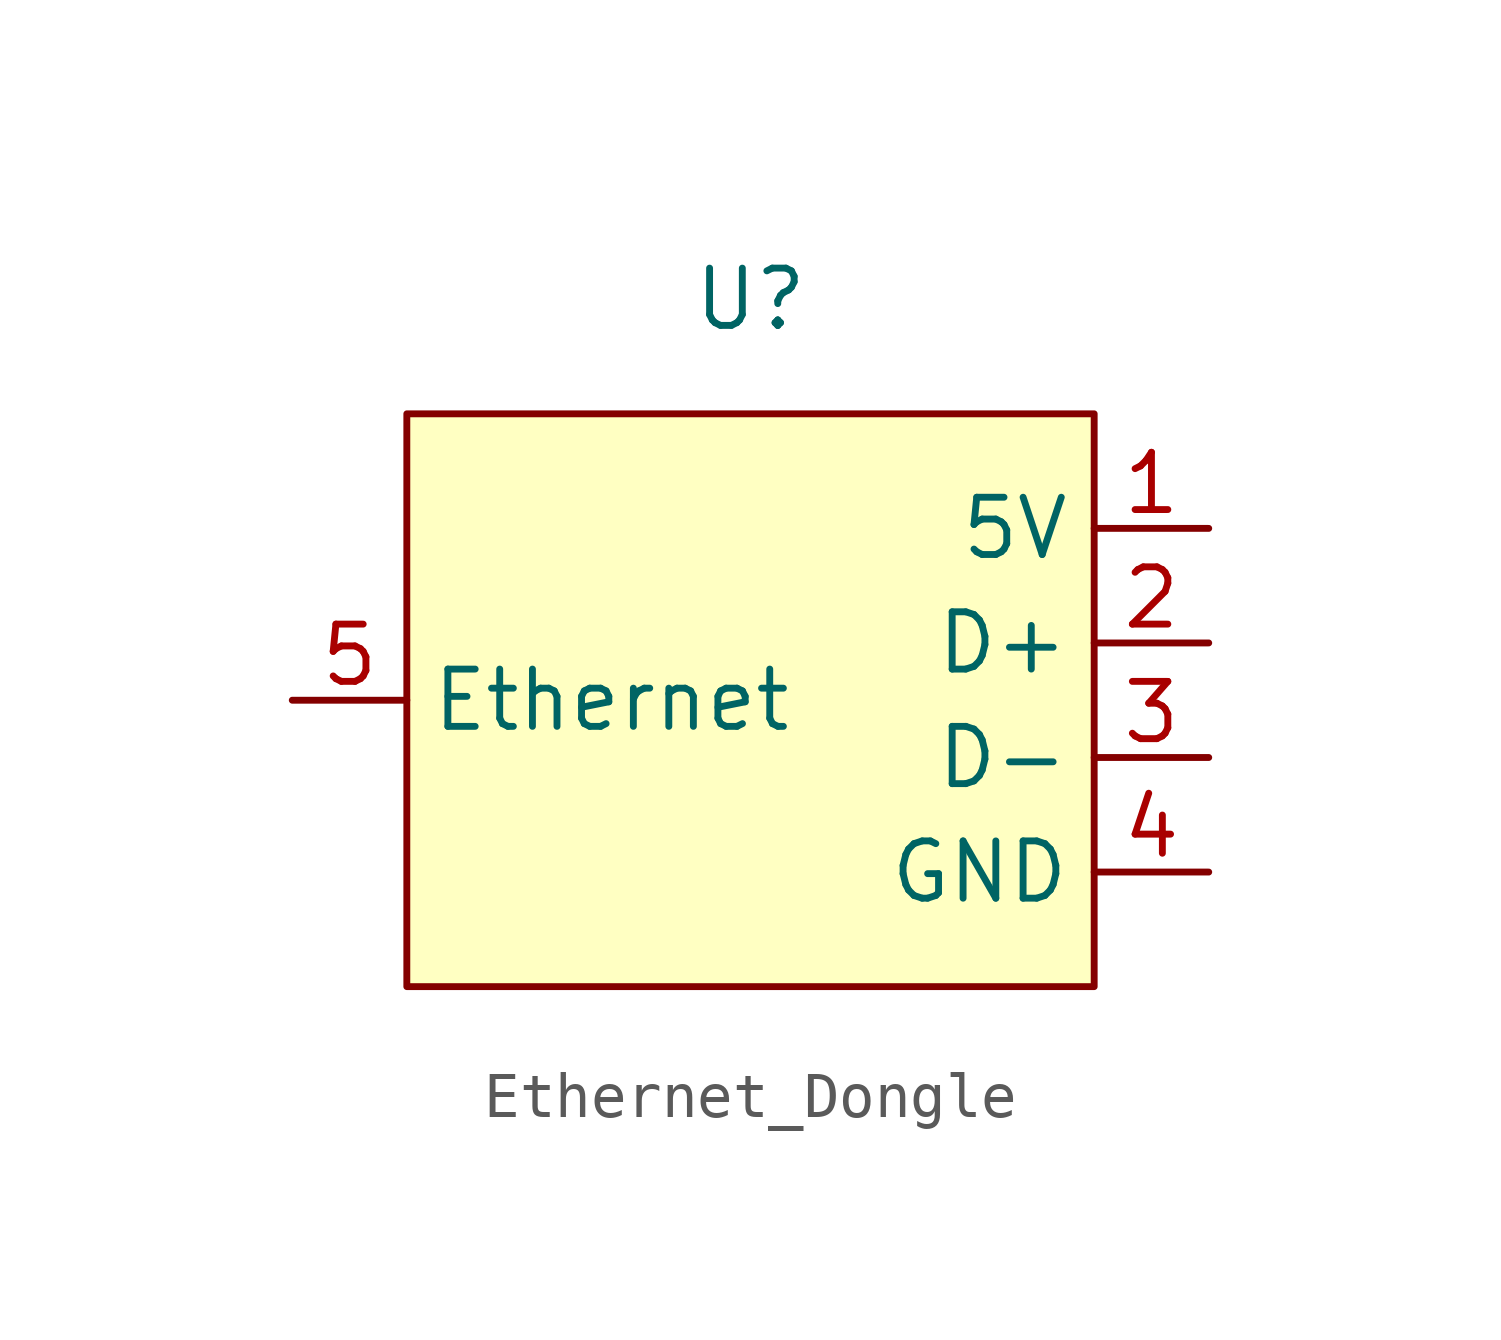
<source format=kicad_sym>
(kicad_symbol_lib
  (version 20231120)
  (generator "kicad_symbol_editor")
  (generator_version "8.0")
  (symbol "Ethernet_Dongle"
    (property "Reference" "U"
      (at 0 0 0)
      (effects (font (size 1.27 1.27))))
    (property "Value" ""
      (at 0 0 0)
      (effects (font (size 1.27 1.27))))
    (symbol "Ethernet_Dongle_0_1"
      (rectangle (start -7.62 -2.54) (end 7.62 -15.24) (stroke (width 0) (type default)) (fill (type background))))
    (symbol "Ethernet_Dongle_1_1"
      (pin power_in line (at 10.16 -5.08 180) (length 2.54) (name "5V" (effects (font (size 1.27 1.27)))) (number "1" (effects (font (size 1.27 1.27)))))
      (pin bidirectional line (at 10.16 -7.62 180) (length 2.54) (name "D+" (effects (font (size 1.27 1.27)))) (number "2" (effects (font (size 1.27 1.27)))))
      (pin bidirectional line (at 10.16 -10.16 180) (length 2.54) (name "D-" (effects (font (size 1.27 1.27)))) (number "3" (effects (font (size 1.27 1.27)))))
      (pin power_in line (at 10.16 -12.7 180) (length 2.54) (name "GND" (effects (font (size 1.27 1.27)))) (number "4" (effects (font (size 1.27 1.27)))))
      (pin bidirectional line (at -10.16 -8.89 0) (length 2.54) (name "Ethernet" (effects (font (size 1.27 1.27)))) (number "5" (effects (font (size 1.27 1.27))))))))
</source>
